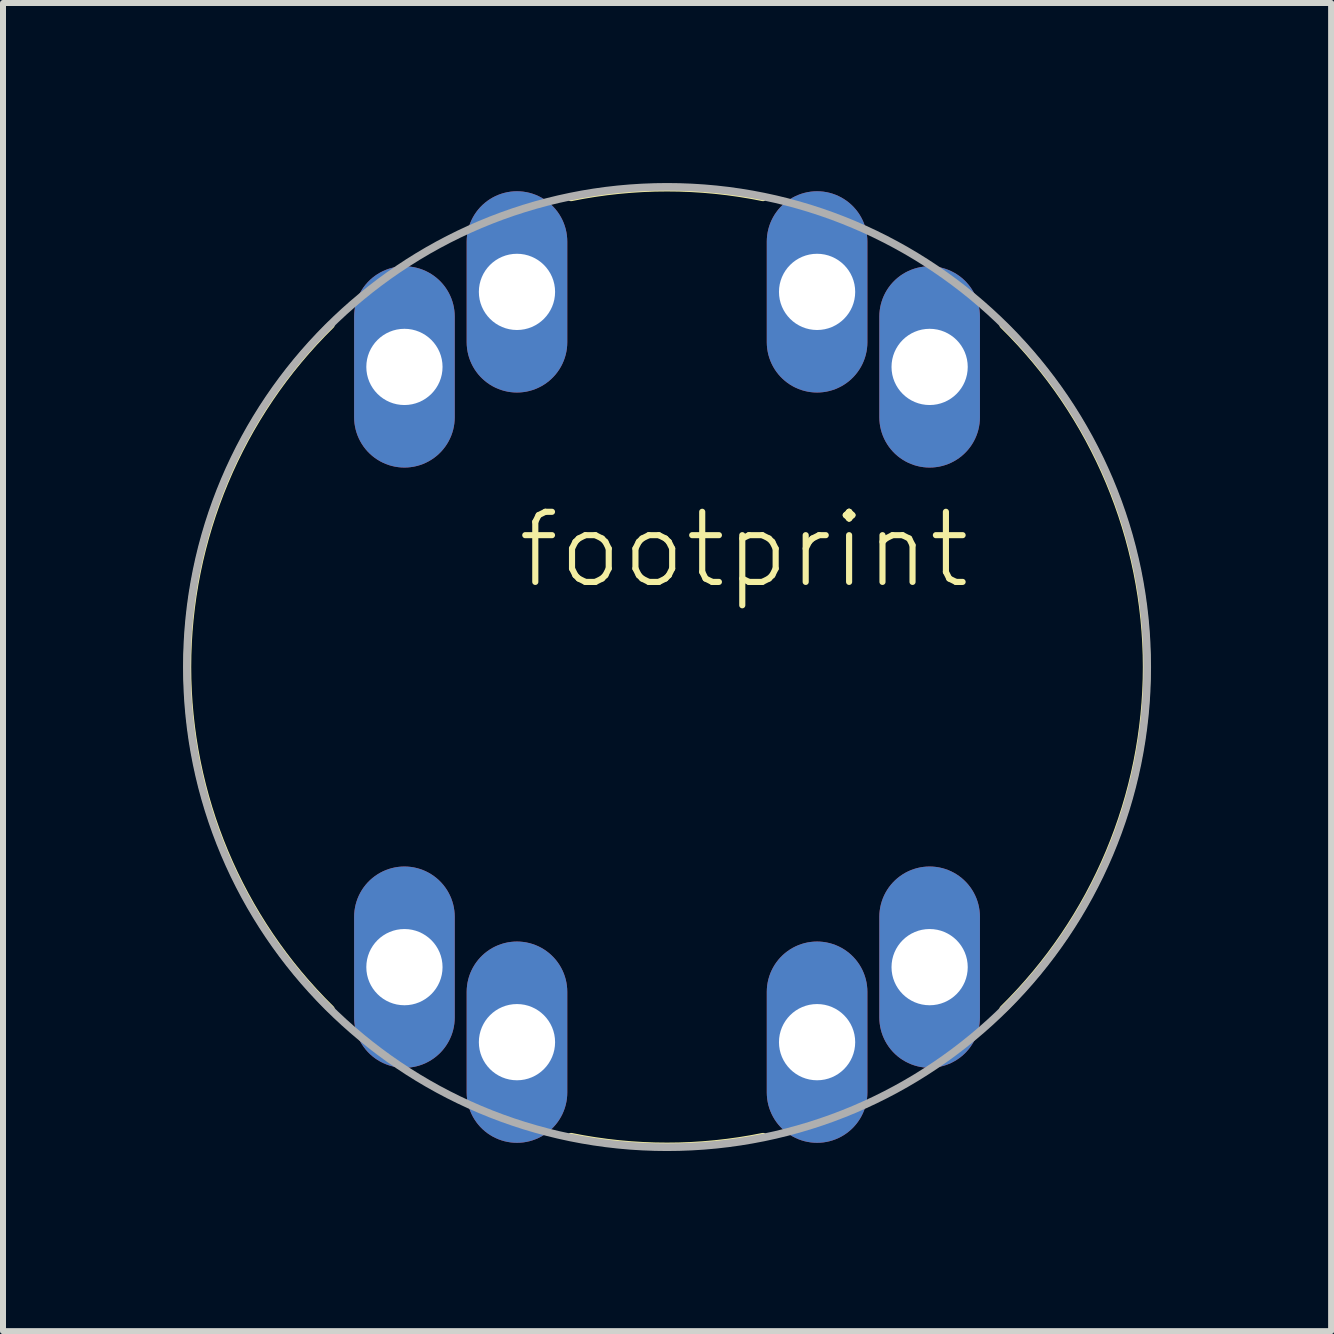
<source format=kicad_pcb>
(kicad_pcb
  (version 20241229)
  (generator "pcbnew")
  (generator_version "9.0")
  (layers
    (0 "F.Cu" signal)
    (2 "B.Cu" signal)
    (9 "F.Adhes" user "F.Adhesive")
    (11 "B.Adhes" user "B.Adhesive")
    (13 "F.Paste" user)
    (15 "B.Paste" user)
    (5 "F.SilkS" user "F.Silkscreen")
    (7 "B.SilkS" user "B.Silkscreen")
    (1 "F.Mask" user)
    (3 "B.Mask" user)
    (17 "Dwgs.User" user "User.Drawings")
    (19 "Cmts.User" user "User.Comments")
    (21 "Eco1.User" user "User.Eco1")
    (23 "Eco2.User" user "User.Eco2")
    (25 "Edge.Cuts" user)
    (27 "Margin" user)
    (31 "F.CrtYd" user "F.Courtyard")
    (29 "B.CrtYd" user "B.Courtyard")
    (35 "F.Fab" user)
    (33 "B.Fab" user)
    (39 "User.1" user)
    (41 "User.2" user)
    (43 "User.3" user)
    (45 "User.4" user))
  (footprint "footprint"
    (layer "F.Cu")
    (at 8.063 8.063)
    (property "Reference" "footprint" (at -2.54 -1.27 0) (layer "F.SilkS") (effects (font (size 1.168 1.168) (thickness 0.102)) (justify left bottom)))
    (fp_arc (start -5.6 5.7) (mid -7.99062 0) (end -5.6 -5.7) (stroke (width 0.127) (type solid)) (layer "F.SilkS"))
    (fp_arc (start -1.6 -7.825) (mid 0 -7.98665) (end 1.6 -7.825) (stroke (width 0.127) (type solid)) (layer "F.SilkS"))
    (fp_arc (start 1.6 7.825) (mid 0 7.98665) (end -1.6 7.825) (stroke (width 0.127) (type solid)) (layer "F.SilkS"))
    (fp_arc (start 5.6 -5.7) (mid 7.99062 0) (end 5.6 5.7) (stroke (width 0.127) (type solid)) (layer "F.SilkS"))
    (fp_circle (center 0 0) (end 8 0) (stroke (width 0.127) (type solid)) (fill no) (layer "F.Fab"))
    (pad "1" thru_hole oval (at -4.375 5 90) (size 3.353 1.676) (drill 1.27) (layers "*.Cu" "*.Mask"))
    (pad "2" thru_hole oval (at -4.375 -5 90) (size 3.353 1.676) (drill 1.27) (layers "*.Cu" "*.Mask"))
    (pad "3" thru_hole oval (at 4.375 5 90) (size 3.353 1.676) (drill 1.27) (layers "*.Cu" "*.Mask"))
    (pad "4" thru_hole oval (at 4.375 -5 90) (size 3.353 1.676) (drill 1.27) (layers "*.Cu" "*.Mask"))
    (pad "5" thru_hole oval (at -2.5 6.25 90) (size 3.353 1.676) (drill 1.27) (layers "*.Cu" "*.Mask"))
    (pad "6" thru_hole oval (at -2.5 -6.25 90) (size 3.353 1.676) (drill 1.27) (layers "*.Cu" "*.Mask"))
    (pad "7" thru_hole oval (at 2.5 6.25 90) (size 3.353 1.676) (drill 1.27) (layers "*.Cu" "*.Mask"))
    (pad "8" thru_hole oval (at 2.5 -6.25 90) (size 3.353 1.676) (drill 1.27) (layers "*.Cu" "*.Mask")))
  (gr_rect
    (start -3 -3)
    (end 19.127 19.127)
    (stroke (width 0.1) (type default))
    (fill no)
    (layer "Edge.Cuts")))
</source>
